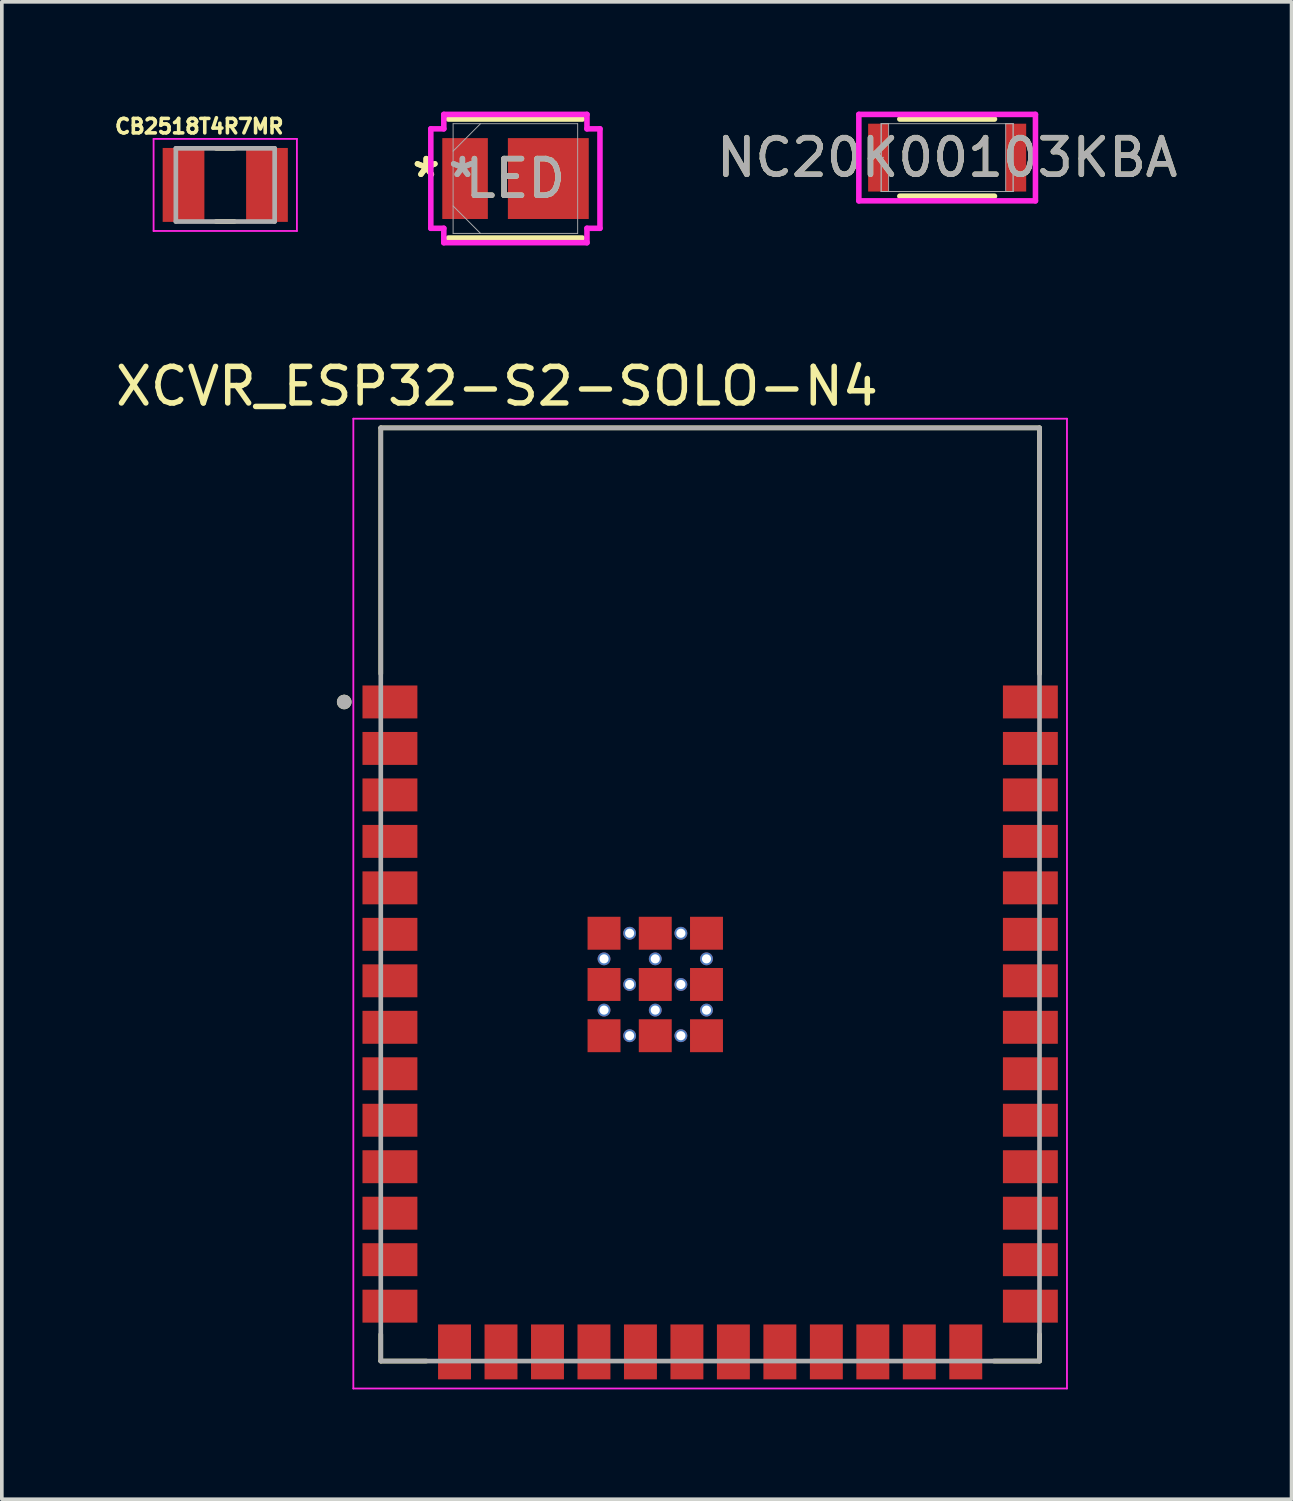
<source format=kicad_pcb>
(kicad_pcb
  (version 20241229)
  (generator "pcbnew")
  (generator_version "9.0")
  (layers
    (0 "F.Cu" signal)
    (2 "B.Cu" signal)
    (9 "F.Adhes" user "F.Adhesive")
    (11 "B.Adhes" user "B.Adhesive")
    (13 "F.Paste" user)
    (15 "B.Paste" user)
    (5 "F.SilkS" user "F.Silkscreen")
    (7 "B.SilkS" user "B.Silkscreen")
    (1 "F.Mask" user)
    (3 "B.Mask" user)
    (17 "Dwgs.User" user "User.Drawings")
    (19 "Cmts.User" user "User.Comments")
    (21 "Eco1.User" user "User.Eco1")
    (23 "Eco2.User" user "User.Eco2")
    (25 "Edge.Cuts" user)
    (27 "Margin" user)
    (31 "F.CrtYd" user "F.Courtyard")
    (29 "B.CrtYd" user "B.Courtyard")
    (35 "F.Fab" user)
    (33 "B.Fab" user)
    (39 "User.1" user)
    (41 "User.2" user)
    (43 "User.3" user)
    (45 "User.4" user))
  (footprint "XCVR_ESP32-S2-SOLO-N4"
    (layer "F.Cu")
    (at 16.355 21.391)
    (property "Reference" "XCVR_ESP32-S2-SOLO-N4" (at -5.825 -13.885 0) (layer "F.SilkS") (effects (font (size 1 1) (thickness 0.15))))
    (attr smd)
    (fp_line (start -9 -12.75) (end 9 -12.75) (stroke (width 0.127) (type solid)) (layer "F.SilkS"))
    (fp_line (start -9 -6.03) (end -9 -12.75) (stroke (width 0.127) (type solid)) (layer "F.SilkS"))
    (fp_line (start -9 12.75) (end -9 12.02) (stroke (width 0.127) (type solid)) (layer "F.SilkS"))
    (fp_line (start -7.755 12.75) (end -9 12.75) (stroke (width 0.127) (type solid)) (layer "F.SilkS"))
    (fp_line (start 9 -12.75) (end 9 -6.03) (stroke (width 0.127) (type solid)) (layer "F.SilkS"))
    (fp_line (start 9 12.75) (end 7.755 12.75) (stroke (width 0.127) (type solid)) (layer "F.SilkS"))
    (fp_line (start 9 12.75) (end 9 12.02) (stroke (width 0.127) (type solid)) (layer "F.SilkS"))
    (fp_circle (center -10 -5.26) (end -9.9 -5.26) (stroke (width 0.2) (type solid)) (fill no) (layer "F.SilkS"))
    (fp_line (start -9.75 -13) (end -9.75 13.5) (stroke (width 0.05) (type solid)) (layer "F.CrtYd"))
    (fp_line (start -9.75 13.5) (end 9.75 13.5) (stroke (width 0.05) (type solid)) (layer "F.CrtYd"))
    (fp_line (start 9.75 -13) (end -9.75 -13) (stroke (width 0.05) (type solid)) (layer "F.CrtYd"))
    (fp_line (start 9.75 13.5) (end 9.75 -13) (stroke (width 0.05) (type solid)) (layer "F.CrtYd"))
    (fp_line (start -9 -12.75) (end 9 -12.75) (stroke (width 0.127) (type solid)) (layer "F.Fab"))
    (fp_line (start -9 12.75) (end -9 -12.75) (stroke (width 0.127) (type solid)) (layer "F.Fab"))
    (fp_line (start 9 -12.75) (end 9 12.75) (stroke (width 0.127) (type solid)) (layer "F.Fab"))
    (fp_line (start 9 12.75) (end -9 12.75) (stroke (width 0.127) (type solid)) (layer "F.Fab"))
    (fp_circle (center -10 -5.26) (end -9.9 -5.26) (stroke (width 0.2) (type solid)) (fill no) (layer "F.Fab"))
    (pad "1" smd rect (at -8.75 -5.26) (size 1.5 0.9) (layers "F.Cu" "F.Mask" "F.Paste"))
    (pad "2" smd rect (at -8.75 -3.99) (size 1.5 0.9) (layers "F.Cu" "F.Mask" "F.Paste"))
    (pad "3" smd rect (at -8.75 -2.72) (size 1.5 0.9) (layers "F.Cu" "F.Mask" "F.Paste"))
    (pad "4" smd rect (at -8.75 -1.45) (size 1.5 0.9) (layers "F.Cu" "F.Mask" "F.Paste"))
    (pad "5" smd rect (at -8.75 -0.18) (size 1.5 0.9) (layers "F.Cu" "F.Mask" "F.Paste"))
    (pad "6" smd rect (at -8.75 1.09) (size 1.5 0.9) (layers "F.Cu" "F.Mask" "F.Paste"))
    (pad "7" smd rect (at -8.75 2.36) (size 1.5 0.9) (layers "F.Cu" "F.Mask" "F.Paste"))
    (pad "8" smd rect (at -8.75 3.63) (size 1.5 0.9) (layers "F.Cu" "F.Mask" "F.Paste"))
    (pad "9" smd rect (at -8.75 4.9) (size 1.5 0.9) (layers "F.Cu" "F.Mask" "F.Paste"))
    (pad "10" smd rect (at -8.75 6.17) (size 1.5 0.9) (layers "F.Cu" "F.Mask" "F.Paste"))
    (pad "11" smd rect (at -8.75 7.44) (size 1.5 0.9) (layers "F.Cu" "F.Mask" "F.Paste"))
    (pad "12" smd rect (at -8.75 8.71) (size 1.5 0.9) (layers "F.Cu" "F.Mask" "F.Paste"))
    (pad "13" smd rect (at -8.75 9.98) (size 1.5 0.9) (layers "F.Cu" "F.Mask" "F.Paste"))
    (pad "14" smd rect (at -8.75 11.25) (size 1.5 0.9) (layers "F.Cu" "F.Mask" "F.Paste"))
    (pad "15" smd rect (at -6.985 12.5) (size 0.9 1.5) (layers "F.Cu" "F.Mask" "F.Paste"))
    (pad "16" smd rect (at -5.715 12.5) (size 0.9 1.5) (layers "F.Cu" "F.Mask" "F.Paste"))
    (pad "17" smd rect (at -4.445 12.5) (size 0.9 1.5) (layers "F.Cu" "F.Mask" "F.Paste"))
    (pad "18" smd rect (at -3.175 12.5) (size 0.9 1.5) (layers "F.Cu" "F.Mask" "F.Paste"))
    (pad "19" smd rect (at -1.905 12.5) (size 0.9 1.5) (layers "F.Cu" "F.Mask" "F.Paste"))
    (pad "20" smd rect (at -0.635 12.5) (size 0.9 1.5) (layers "F.Cu" "F.Mask" "F.Paste"))
    (pad "21" smd rect (at 0.635 12.5) (size 0.9 1.5) (layers "F.Cu" "F.Mask" "F.Paste"))
    (pad "22" smd rect (at 1.905 12.5) (size 0.9 1.5) (layers "F.Cu" "F.Mask" "F.Paste"))
    (pad "23" smd rect (at 3.175 12.5) (size 0.9 1.5) (layers "F.Cu" "F.Mask" "F.Paste"))
    (pad "24" smd rect (at 4.445 12.5) (size 0.9 1.5) (layers "F.Cu" "F.Mask" "F.Paste"))
    (pad "25" smd rect (at 5.715 12.5) (size 0.9 1.5) (layers "F.Cu" "F.Mask" "F.Paste"))
    (pad "26" smd rect (at 6.985 12.5) (size 0.9 1.5) (layers "F.Cu" "F.Mask" "F.Paste"))
    (pad "27" smd rect (at 8.75 11.25) (size 1.5 0.9) (layers "F.Cu" "F.Mask" "F.Paste"))
    (pad "28" smd rect (at 8.75 9.98) (size 1.5 0.9) (layers "F.Cu" "F.Mask" "F.Paste"))
    (pad "29" smd rect (at 8.75 8.71) (size 1.5 0.9) (layers "F.Cu" "F.Mask" "F.Paste"))
    (pad "30" smd rect (at 8.75 7.44) (size 1.5 0.9) (layers "F.Cu" "F.Mask" "F.Paste"))
    (pad "31" smd rect (at 8.75 6.17) (size 1.5 0.9) (layers "F.Cu" "F.Mask" "F.Paste"))
    (pad "32" smd rect (at 8.75 4.9) (size 1.5 0.9) (layers "F.Cu" "F.Mask" "F.Paste"))
    (pad "33" smd rect (at 8.75 3.63) (size 1.5 0.9) (layers "F.Cu" "F.Mask" "F.Paste"))
    (pad "34" smd rect (at 8.75 2.36) (size 1.5 0.9) (layers "F.Cu" "F.Mask" "F.Paste"))
    (pad "35" smd rect (at 8.75 1.09) (size 1.5 0.9) (layers "F.Cu" "F.Mask" "F.Paste"))
    (pad "36" smd rect (at 8.75 -0.18) (size 1.5 0.9) (layers "F.Cu" "F.Mask" "F.Paste"))
    (pad "37" smd rect (at 8.75 -1.45) (size 1.5 0.9) (layers "F.Cu" "F.Mask" "F.Paste"))
    (pad "38" smd rect (at 8.75 -2.72) (size 1.5 0.9) (layers "F.Cu" "F.Mask" "F.Paste"))
    (pad "39" smd rect (at 8.75 -3.99) (size 1.5 0.9) (layers "F.Cu" "F.Mask" "F.Paste"))
    (pad "40" smd rect (at 8.75 -5.26) (size 1.5 0.9) (layers "F.Cu" "F.Mask" "F.Paste"))
    (pad "41_1" smd rect (at -2.9 1.06) (size 0.9 0.9) (layers "F.Cu" "F.Mask" "F.Paste"))
    (pad "41_2" smd rect (at -1.5 1.06) (size 0.9 0.9) (layers "F.Cu" "F.Mask" "F.Paste"))
    (pad "41_3" smd rect (at -0.1 1.06) (size 0.9 0.9) (layers "F.Cu" "F.Mask" "F.Paste"))
    (pad "41_4" smd rect (at -2.9 2.46) (size 0.9 0.9) (layers "F.Cu" "F.Mask" "F.Paste"))
    (pad "41_5" smd rect (at -1.5 2.46) (size 0.9 0.9) (layers "F.Cu" "F.Mask" "F.Paste"))
    (pad "41_6" smd rect (at -0.1 2.46) (size 0.9 0.9) (layers "F.Cu" "F.Mask" "F.Paste"))
    (pad "41_7" smd rect (at -2.9 3.86) (size 0.9 0.9) (layers "F.Cu" "F.Mask" "F.Paste"))
    (pad "41_8" smd rect (at -1.5 3.86) (size 0.9 0.9) (layers "F.Cu" "F.Mask" "F.Paste"))
    (pad "41_9" smd rect (at -0.1 3.86) (size 0.9 0.9) (layers "F.Cu" "F.Mask" "F.Paste"))
    (pad "42_1" thru_hole circle (at -2.2 1.06) (size 0.35 0.35) (drill 0.25) (layers "*.Cu"))
    (pad "42_2" thru_hole circle (at -0.8 1.06) (size 0.35 0.35) (drill 0.25) (layers "*.Cu"))
    (pad "42_3" thru_hole circle (at -2.9 1.76) (size 0.35 0.35) (drill 0.25) (layers "*.Cu"))
    (pad "42_4" thru_hole circle (at -1.5 1.76) (size 0.35 0.35) (drill 0.25) (layers "*.Cu"))
    (pad "42_5" thru_hole circle (at -0.1 1.76) (size 0.35 0.35) (drill 0.25) (layers "*.Cu"))
    (pad "42_6" thru_hole circle (at -2.2 2.46) (size 0.35 0.35) (drill 0.25) (layers "*.Cu"))
    (pad "42_7" thru_hole circle (at -0.8 2.46) (size 0.35 0.35) (drill 0.25) (layers "*.Cu"))
    (pad "42_8" thru_hole circle (at -2.9 3.16) (size 0.35 0.35) (drill 0.25) (layers "*.Cu"))
    (pad "42_9" thru_hole circle (at -1.5 3.16) (size 0.35 0.35) (drill 0.25) (layers "*.Cu"))
    (pad "42_10" thru_hole circle (at -0.1 3.16) (size 0.35 0.35) (drill 0.25) (layers "*.Cu"))
    (pad "42_11" thru_hole circle (at -2.2 3.86) (size 0.35 0.35) (drill 0.25) (layers "*.Cu"))
    (pad "42_12" thru_hole circle (at -0.8 3.86) (size 0.35 0.35) (drill 0.25) (layers "*.Cu"))
    (zone (net_name "") (layer "F.Cu") (hatch full 0.508) (connect_pads) (min_thickness 0.01) (filled_areas_thickness no) (keepout (tracks not_allowed) (vias not_allowed) (pads not_allowed) (copperpour not_allowed) (footprints allowed)) (placement (enabled no)) (fill) (polygon (pts (xy 7.355 8.641) (xy 25.355 8.641) (xy 25.355 14.641) (xy 7.355 14.641))))
    (zone (net_name "") (layers "F.Cu" "B.Cu") (hatch full 0.508) (connect_pads) (min_thickness 0.01) (filled_areas_thickness no) (keepout (tracks allowed) (vias not_allowed) (pads allowed) (copperpour allowed) (footprints allowed)) (placement (enabled no)) (fill) (polygon (pts (xy 7.355 8.641) (xy 25.355 8.641) (xy 25.355 14.641) (xy 7.355 14.641)))))
  (footprint "CB2518T4R7MR"
    (layer "F.Cu")
    (at 3.105 2.003)
    (property "Reference" "CB2518T4R7MR" (at -0.71 -1.6 0) (layer "F.SilkS") (effects (font (size 0.394 0.394) (thickness 0.15))))
    (attr smd)
    (fp_line (start -0.25 -1) (end 0.25 -1) (stroke (width 0.127) (type solid)) (layer "F.SilkS"))
    (fp_line (start -0.25 1) (end 0.25 1) (stroke (width 0.127) (type solid)) (layer "F.SilkS"))
    (fp_line (start -1.958 -1.258) (end 1.958 -1.258) (stroke (width 0.05) (type solid)) (layer "F.CrtYd"))
    (fp_line (start -1.958 1.258) (end -1.958 -1.258) (stroke (width 0.05) (type solid)) (layer "F.CrtYd"))
    (fp_line (start -1.958 1.258) (end 1.958 1.258) (stroke (width 0.05) (type solid)) (layer "F.CrtYd"))
    (fp_line (start 1.958 1.258) (end 1.958 -1.258) (stroke (width 0.05) (type solid)) (layer "F.CrtYd"))
    (fp_line (start -1.35 1) (end -1.35 -1) (stroke (width 0.127) (type solid)) (layer "F.Fab"))
    (fp_line (start 1.35 -1) (end -1.35 -1) (stroke (width 0.127) (type solid)) (layer "F.Fab"))
    (fp_line (start 1.35 1) (end -1.35 1) (stroke (width 0.127) (type solid)) (layer "F.Fab"))
    (fp_line (start 1.35 1) (end 1.35 -1) (stroke (width 0.127) (type solid)) (layer "F.Fab"))
    (pad "1" smd rect (at -1.14 0) (size 1.14 2.02) (layers "F.Cu" "F.Mask" "F.Paste"))
    (pad "2" smd rect (at 1.14 0) (size 1.14 2.02) (layers "F.Cu" "F.Mask" "F.Paste")))
  (footprint "LED"
    (layer "F.Cu")
    (at 11.033 1.829)
    (property "Reference" "LED" (at 0 0 0) (unlocked yes) (layer "F.SilkS") (effects (font (size 1 1) (thickness 0.15))))
    (attr smd)
    (fp_line (start -1.829 1.626) (end 1.829 1.626) (stroke (width 0.152) (type solid)) (layer "F.SilkS"))
    (fp_line (start 1.829 -1.626) (end -1.829 -1.626) (stroke (width 0.152) (type solid)) (layer "F.SilkS"))
    (fp_line (start -2.311 -1.359) (end -1.956 -1.359) (stroke (width 0.152) (type solid)) (layer "F.CrtYd"))
    (fp_line (start -2.311 1.359) (end -2.311 -1.359) (stroke (width 0.152) (type solid)) (layer "F.CrtYd"))
    (fp_line (start -1.956 -1.753) (end 1.956 -1.753) (stroke (width 0.152) (type solid)) (layer "F.CrtYd"))
    (fp_line (start -1.956 -1.359) (end -1.956 -1.753) (stroke (width 0.152) (type solid)) (layer "F.CrtYd"))
    (fp_line (start -1.956 1.359) (end -2.311 1.359) (stroke (width 0.152) (type solid)) (layer "F.CrtYd"))
    (fp_line (start -1.956 1.753) (end -1.956 1.359) (stroke (width 0.152) (type solid)) (layer "F.CrtYd"))
    (fp_line (start 1.956 -1.753) (end 1.956 -1.359) (stroke (width 0.152) (type solid)) (layer "F.CrtYd"))
    (fp_line (start 1.956 -1.359) (end 2.311 -1.359) (stroke (width 0.152) (type solid)) (layer "F.CrtYd"))
    (fp_line (start 1.956 1.359) (end 1.956 1.753) (stroke (width 0.152) (type solid)) (layer "F.CrtYd"))
    (fp_line (start 1.956 1.753) (end -1.956 1.753) (stroke (width 0.152) (type solid)) (layer "F.CrtYd"))
    (fp_line (start 2.311 -1.359) (end 2.311 1.359) (stroke (width 0.152) (type solid)) (layer "F.CrtYd"))
    (fp_line (start 2.311 1.359) (end 1.956 1.359) (stroke (width 0.152) (type solid)) (layer "F.CrtYd"))
    (fp_line (start -1.702 -1.499) (end -1.702 1.499) (stroke (width 0.025) (type solid)) (layer "F.Fab"))
    (fp_line (start -1.702 -0.749) (end -0.953 -1.499) (stroke (width 0.025) (type solid)) (layer "F.Fab"))
    (fp_line (start -1.702 0.749) (end -0.953 1.499) (stroke (width 0.025) (type solid)) (layer "F.Fab"))
    (fp_line (start -1.702 1.499) (end 1.702 1.499) (stroke (width 0.025) (type solid)) (layer "F.Fab"))
    (fp_line (start 1.702 -1.499) (end -1.702 -1.499) (stroke (width 0.025) (type solid)) (layer "F.Fab"))
    (fp_line (start 1.702 1.499) (end 1.702 -1.499) (stroke (width 0.025) (type solid)) (layer "F.Fab"))
    (fp_text user "*" (at -2.438 0 0) (layer "F.SilkS") (effects (font (size 1 1) (thickness 0.15))))
    (fp_text user "*" (at -2.438 0 0) (unlocked yes) (layer "F.SilkS") (effects (font (size 1 1) (thickness 0.15))))
    (fp_text user "*" (at -1.448 0 0) (layer "F.Fab") (effects (font (size 1 1) (thickness 0.15))))
    (fp_text user "*" (at -1.448 0 0) (unlocked yes) (layer "F.Fab") (effects (font (size 1 1) (thickness 0.15))))
    (fp_text user "${REFERENCE}" (at 0 0 0) (unlocked yes) (layer "F.Fab") (effects (font (size 1 1) (thickness 0.15))))
    (pad "1" smd rect (at -1.375 0) (size 1.245 2.21) (layers "F.Cu" "F.Mask" "F.Paste"))
    (pad "2" smd rect (at 0.9 0) (size 2.21 2.21) (layers "F.Cu" "F.Mask" "F.Paste")))
  (footprint "NC20K00103KBA"
    (layer "F.Cu")
    (at 22.831 1.257)
    (property "Reference" "NC20K00103KBA" (at 0 0 0) (unlocked yes) (layer "F.SilkS") (effects (font (size 1 1) (thickness 0.15))))
    (attr smd)
    (fp_line (start -1.293 1.054) (end 1.293 1.054) (stroke (width 0.152) (type solid)) (layer "F.SilkS"))
    (fp_line (start 1.293 -1.054) (end -1.293 -1.054) (stroke (width 0.152) (type solid)) (layer "F.SilkS"))
    (fp_line (start -2.413 -1.181) (end 2.413 -1.181) (stroke (width 0.152) (type solid)) (layer "F.CrtYd"))
    (fp_line (start -2.413 1.181) (end -2.413 -1.181) (stroke (width 0.152) (type solid)) (layer "F.CrtYd"))
    (fp_line (start 2.413 -1.181) (end 2.413 1.181) (stroke (width 0.152) (type solid)) (layer "F.CrtYd"))
    (fp_line (start 2.413 1.181) (end -2.413 1.181) (stroke (width 0.152) (type solid)) (layer "F.CrtYd"))
    (fp_line (start -1.803 -0.927) (end -1.803 0.927) (stroke (width 0.025) (type solid)) (layer "F.Fab"))
    (fp_line (start -1.803 -0.927) (end -1.803 0.927) (stroke (width 0.025) (type solid)) (layer "F.Fab"))
    (fp_line (start -1.803 0.927) (end -1.6 0.927) (stroke (width 0.025) (type solid)) (layer "F.Fab"))
    (fp_line (start -1.803 0.927) (end 1.803 0.927) (stroke (width 0.025) (type solid)) (layer "F.Fab"))
    (fp_line (start -1.6 -0.927) (end -1.803 -0.927) (stroke (width 0.025) (type solid)) (layer "F.Fab"))
    (fp_line (start -1.6 0.927) (end -1.6 -0.927) (stroke (width 0.025) (type solid)) (layer "F.Fab"))
    (fp_line (start 1.6 -0.927) (end 1.6 0.927) (stroke (width 0.025) (type solid)) (layer "F.Fab"))
    (fp_line (start 1.6 0.927) (end 1.803 0.927) (stroke (width 0.025) (type solid)) (layer "F.Fab"))
    (fp_line (start 1.803 -0.927) (end -1.803 -0.927) (stroke (width 0.025) (type solid)) (layer "F.Fab"))
    (fp_line (start 1.803 -0.927) (end 1.6 -0.927) (stroke (width 0.025) (type solid)) (layer "F.Fab"))
    (fp_line (start 1.803 0.927) (end 1.803 -0.927) (stroke (width 0.025) (type solid)) (layer "F.Fab"))
    (fp_line (start 1.803 0.927) (end 1.803 -0.927) (stroke (width 0.025) (type solid)) (layer "F.Fab"))
    (fp_circle (center -1.753 0) (end -1.753 0) (stroke (width 0.025) (type solid)) (fill no) (layer "F.Fab"))
    (fp_text user "${REFERENCE}" (at 0 0 0) (unlocked yes) (layer "F.Fab") (effects (font (size 1 1) (thickness 0.15))))
    (pad "1" smd rect (at -1.88 0) (size 0.559 1.854) (layers "F.Cu" "F.Mask" "F.Paste"))
    (pad "2" smd rect (at 1.88 0) (size 0.559 1.854) (layers "F.Cu" "F.Mask" "F.Paste"))
    (zone (net_name "") (layer "F.Cu") (hatch full 0.508) (connect_pads) (min_thickness 0.254) (filled_areas_thickness no) (keepout (tracks not_allowed) (vias not_allowed) (pads allowed) (copperpour not_allowed) (footprints allowed)) (placement (enabled no)) (fill) (polygon (pts (xy 21.282 0.381) (xy 24.381 0.381) (xy 24.381 2.134) (xy 21.282 2.134)))))
  (gr_rect
    (start -3 -3)
    (end 32.242 37.916)
    (stroke (width 0.1) (type default))
    (fill no)
    (layer "Edge.Cuts")))
</source>
